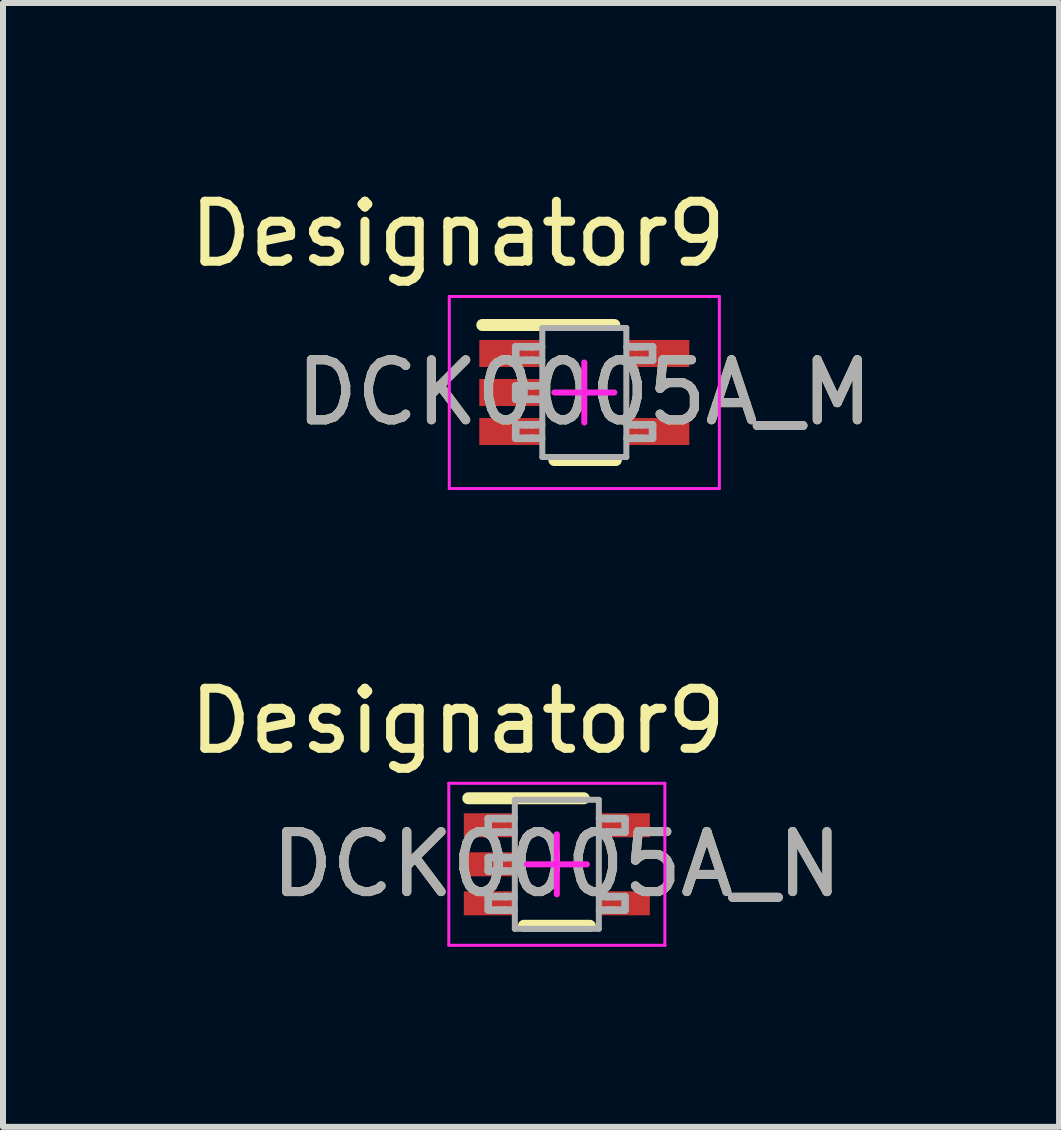
<source format=kicad_pcb>
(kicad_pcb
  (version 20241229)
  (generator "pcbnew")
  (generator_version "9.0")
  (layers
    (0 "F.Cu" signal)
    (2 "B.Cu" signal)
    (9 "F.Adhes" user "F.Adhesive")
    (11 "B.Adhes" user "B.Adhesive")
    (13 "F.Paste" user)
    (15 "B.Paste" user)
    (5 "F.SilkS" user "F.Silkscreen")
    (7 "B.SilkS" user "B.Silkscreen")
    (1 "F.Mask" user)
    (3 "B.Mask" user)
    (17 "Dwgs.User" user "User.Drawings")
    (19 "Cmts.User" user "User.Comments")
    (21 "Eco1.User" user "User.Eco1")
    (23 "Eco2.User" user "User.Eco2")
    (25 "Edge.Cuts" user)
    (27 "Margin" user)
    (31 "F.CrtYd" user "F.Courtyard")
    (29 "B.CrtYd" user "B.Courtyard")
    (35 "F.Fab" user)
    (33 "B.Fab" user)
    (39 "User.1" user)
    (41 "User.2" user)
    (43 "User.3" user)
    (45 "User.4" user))
  (footprint "DCK0005A_M"
    (layer "F.Cu")
    (at 6.686 3.49)
    (property "Reference" "DCK0005A_M" (at 0 0 0) (unlocked yes) (layer "F.SilkS") (effects (font (size 1 1) (thickness 0.15))))
    (attr smd)
    (fp_line (start -1.7 -1.125) (end 0.5 -1.125) (stroke (width 0.2) (type solid)) (layer "F.SilkS"))
    (fp_line (start -0.5 1.125) (end 0.525 1.125) (stroke (width 0.2) (type solid)) (layer "F.SilkS"))
    (fp_line (start -2.25 -1.6) (end 2.25 -1.6) (stroke (width 0.05) (type solid)) (layer "F.CrtYd"))
    (fp_line (start -2.25 1.6) (end -2.25 -1.6) (stroke (width 0.05) (type solid)) (layer "F.CrtYd"))
    (fp_line (start -2.25 1.6) (end 2.25 1.6) (stroke (width 0.05) (type solid)) (layer "F.CrtYd"))
    (fp_line (start -0.5 0) (end 0.5 0) (stroke (width 0.1) (type solid)) (layer "F.CrtYd"))
    (fp_line (start -0.000003 0.5) (end -0.000003 -0.5) (stroke (width 0.1) (type solid)) (layer "F.CrtYd"))
    (fp_line (start 2.25 1.6) (end 2.25 -1.6) (stroke (width 0.05) (type solid)) (layer "F.CrtYd"))
    (fp_line (start -1.143 -0.762) (end -0.959 -0.762) (stroke (width 0.127) (type solid)) (layer "F.Fab"))
    (fp_line (start -1.143 -0.537) (end -1.143 -0.762) (stroke (width 0.127) (type solid)) (layer "F.Fab"))
    (fp_line (start -1.143 -0.537) (end -0.959 -0.537) (stroke (width 0.127) (type solid)) (layer "F.Fab"))
    (fp_line (start -1.143 -0.112) (end -0.959 -0.112) (stroke (width 0.127) (type solid)) (layer "F.Fab"))
    (fp_line (start -1.143 0.113) (end -1.143 -0.112) (stroke (width 0.127) (type solid)) (layer "F.Fab"))
    (fp_line (start -1.143 0.113) (end -0.959 0.113) (stroke (width 0.127) (type solid)) (layer "F.Fab"))
    (fp_line (start -1.143 0.538) (end -0.959 0.538) (stroke (width 0.127) (type solid)) (layer "F.Fab"))
    (fp_line (start -1.143 0.763) (end -1.143 0.538) (stroke (width 0.127) (type solid)) (layer "F.Fab"))
    (fp_line (start -1.143 0.763) (end -0.959 0.763) (stroke (width 0.127) (type solid)) (layer "F.Fab"))
    (fp_line (start -0.959 -0.762) (end -0.711 -0.762) (stroke (width 0.127) (type solid)) (layer "F.Fab"))
    (fp_line (start -0.959 -0.537) (end -0.865 -0.537) (stroke (width 0.127) (type solid)) (layer "F.Fab"))
    (fp_line (start -0.959 -0.112) (end -0.865 -0.112) (stroke (width 0.127) (type solid)) (layer "F.Fab"))
    (fp_line (start -0.959 0.113) (end -0.865 0.113) (stroke (width 0.127) (type solid)) (layer "F.Fab"))
    (fp_line (start -0.959 0.538) (end -0.865 0.538) (stroke (width 0.127) (type solid)) (layer "F.Fab"))
    (fp_line (start -0.959 0.763) (end -0.865 0.763) (stroke (width 0.127) (type solid)) (layer "F.Fab"))
    (fp_line (start -0.865 -0.762) (end -0.853 -0.762) (stroke (width 0.127) (type solid)) (layer "F.Fab"))
    (fp_line (start -0.865 -0.537) (end -0.853 -0.537) (stroke (width 0.127) (type solid)) (layer "F.Fab"))
    (fp_line (start -0.865 -0.112) (end -0.853 -0.112) (stroke (width 0.127) (type solid)) (layer "F.Fab"))
    (fp_line (start -0.865 0.113) (end -0.853 0.113) (stroke (width 0.127) (type solid)) (layer "F.Fab"))
    (fp_line (start -0.865 0.538) (end -0.853 0.538) (stroke (width 0.127) (type solid)) (layer "F.Fab"))
    (fp_line (start -0.865 0.763) (end -0.853 0.763) (stroke (width 0.127) (type solid)) (layer "F.Fab"))
    (fp_line (start -0.853 -0.537) (end -0.711 -0.537) (stroke (width 0.127) (type solid)) (layer "F.Fab"))
    (fp_line (start -0.853 -0.112) (end -0.711 -0.112) (stroke (width 0.127) (type solid)) (layer "F.Fab"))
    (fp_line (start -0.853 0.113) (end -0.711 0.113) (stroke (width 0.127) (type solid)) (layer "F.Fab"))
    (fp_line (start -0.853 0.538) (end -0.711 0.538) (stroke (width 0.127) (type solid)) (layer "F.Fab"))
    (fp_line (start -0.853 0.763) (end -0.711 0.763) (stroke (width 0.127) (type solid)) (layer "F.Fab"))
    (fp_line (start -0.7 -1.075) (end 0.7 -1.075) (stroke (width 0.1) (type solid)) (layer "F.Fab"))
    (fp_line (start -0.7 1.075) (end -0.7 -1.075) (stroke (width 0.1) (type solid)) (layer "F.Fab"))
    (fp_line (start -0.7 1.075) (end 0.7 1.075) (stroke (width 0.1) (type solid)) (layer "F.Fab"))
    (fp_line (start 0.7 1.075) (end 0.7 -1.075) (stroke (width 0.1) (type solid)) (layer "F.Fab"))
    (fp_line (start 0.711 -0.762) (end 0.847 -0.762) (stroke (width 0.127) (type solid)) (layer "F.Fab"))
    (fp_line (start 0.711 -0.537) (end 0.847 -0.537) (stroke (width 0.127) (type solid)) (layer "F.Fab"))
    (fp_line (start 0.711 0.538) (end 0.847 0.538) (stroke (width 0.127) (type solid)) (layer "F.Fab"))
    (fp_line (start 0.711 0.763) (end 0.847 0.763) (stroke (width 0.127) (type solid)) (layer "F.Fab"))
    (fp_line (start 0.847 -0.762) (end 0.859 -0.762) (stroke (width 0.127) (type solid)) (layer "F.Fab"))
    (fp_line (start 0.847 -0.537) (end 0.859 -0.537) (stroke (width 0.127) (type solid)) (layer "F.Fab"))
    (fp_line (start 0.847 0.538) (end 0.859 0.538) (stroke (width 0.127) (type solid)) (layer "F.Fab"))
    (fp_line (start 0.847 0.763) (end 0.859 0.763) (stroke (width 0.127) (type solid)) (layer "F.Fab"))
    (fp_line (start 0.859 -0.762) (end 0.953 -0.762) (stroke (width 0.127) (type solid)) (layer "F.Fab"))
    (fp_line (start 0.859 -0.537) (end 0.953 -0.537) (stroke (width 0.127) (type solid)) (layer "F.Fab"))
    (fp_line (start 0.859 0.538) (end 0.953 0.538) (stroke (width 0.127) (type solid)) (layer "F.Fab"))
    (fp_line (start 0.859 0.763) (end 0.953 0.763) (stroke (width 0.127) (type solid)) (layer "F.Fab"))
    (fp_line (start 0.953 -0.762) (end 1.137 -0.762) (stroke (width 0.127) (type solid)) (layer "F.Fab"))
    (fp_line (start 0.953 -0.537) (end 1.137 -0.537) (stroke (width 0.127) (type solid)) (layer "F.Fab"))
    (fp_line (start 0.953 0.538) (end 1.137 0.538) (stroke (width 0.127) (type solid)) (layer "F.Fab"))
    (fp_line (start 0.953 0.763) (end 1.137 0.763) (stroke (width 0.127) (type solid)) (layer "F.Fab"))
    (fp_line (start 1.137 -0.537) (end 1.137 -0.762) (stroke (width 0.127) (type solid)) (layer "F.Fab"))
    (fp_line (start 1.137 0.763) (end 1.137 0.538) (stroke (width 0.127) (type solid)) (layer "F.Fab"))
    (fp_text user "Designator9" (at -2.108 -2.642 0) (unlocked yes) (layer "F.SilkS") (effects (font (size 1 1) (thickness 0.15))))
    (fp_text user "${REFERENCE}" (at 0 0 0) (unlocked yes) (layer "F.Fab") (effects (font (size 1 1) (thickness 0.15))))
    (pad "1" smd rect (at -1.225 -0.65 90) (size 0.45 1.05) (layers "F.Cu" "F.Mask" "F.Paste"))
    (pad "2" smd rect (at -1.225 0 90) (size 0.45 1.05) (layers "F.Cu" "F.Mask" "F.Paste"))
    (pad "3" smd rect (at -1.225 0.65 90) (size 0.45 1.05) (layers "F.Cu" "F.Mask" "F.Paste"))
    (pad "4" smd rect (at 1.225 0.65 90) (size 0.45 1.05) (layers "F.Cu" "F.Mask" "F.Paste"))
    (pad "5" smd rect (at 1.225 -0.65 90) (size 0.45 1.05) (layers "F.Cu" "F.Mask" "F.Paste")))
  (footprint "DCK0005A_N"
    (layer "F.Cu")
    (at 6.228 11.351)
    (property "Reference" "DCK0005A_N" (at 0 0 0) (unlocked yes) (layer "F.SilkS") (effects (font (size 1 1) (thickness 0.15))))
    (attr smd)
    (fp_line (start -1.475 -1.1) (end 0.45 -1.1) (stroke (width 0.2) (type solid)) (layer "F.SilkS"))
    (fp_line (start -0.55 1.025) (end 0.55 1.025) (stroke (width 0.2) (type solid)) (layer "F.SilkS"))
    (fp_line (start -1.8 -1.35) (end 1.8 -1.35) (stroke (width 0.05) (type solid)) (layer "F.CrtYd"))
    (fp_line (start -1.8 1.35) (end -1.8 -1.35) (stroke (width 0.05) (type solid)) (layer "F.CrtYd"))
    (fp_line (start -1.8 1.35) (end 1.8 1.35) (stroke (width 0.05) (type solid)) (layer "F.CrtYd"))
    (fp_line (start -0.5 0) (end 0.5 0) (stroke (width 0.1) (type solid)) (layer "F.CrtYd"))
    (fp_line (start 0 0.5) (end 0 -0.5) (stroke (width 0.1) (type solid)) (layer "F.CrtYd"))
    (fp_line (start 1.8 1.35) (end 1.8 -1.35) (stroke (width 0.05) (type solid)) (layer "F.CrtYd"))
    (fp_line (start -1.143 -0.762) (end -0.959 -0.762) (stroke (width 0.127) (type solid)) (layer "F.Fab"))
    (fp_line (start -1.143 -0.537) (end -1.143 -0.762) (stroke (width 0.127) (type solid)) (layer "F.Fab"))
    (fp_line (start -1.143 -0.537) (end -0.959 -0.537) (stroke (width 0.127) (type solid)) (layer "F.Fab"))
    (fp_line (start -1.143 -0.112) (end -0.959 -0.112) (stroke (width 0.127) (type solid)) (layer "F.Fab"))
    (fp_line (start -1.143 0.113) (end -1.143 -0.112) (stroke (width 0.127) (type solid)) (layer "F.Fab"))
    (fp_line (start -1.143 0.113) (end -0.959 0.113) (stroke (width 0.127) (type solid)) (layer "F.Fab"))
    (fp_line (start -1.143 0.538) (end -0.959 0.538) (stroke (width 0.127) (type solid)) (layer "F.Fab"))
    (fp_line (start -1.143 0.763) (end -1.143 0.538) (stroke (width 0.127) (type solid)) (layer "F.Fab"))
    (fp_line (start -1.143 0.763) (end -0.959 0.763) (stroke (width 0.127) (type solid)) (layer "F.Fab"))
    (fp_line (start -0.959 -0.762) (end -0.711 -0.762) (stroke (width 0.127) (type solid)) (layer "F.Fab"))
    (fp_line (start -0.959 -0.537) (end -0.865 -0.537) (stroke (width 0.127) (type solid)) (layer "F.Fab"))
    (fp_line (start -0.959 -0.112) (end -0.865 -0.112) (stroke (width 0.127) (type solid)) (layer "F.Fab"))
    (fp_line (start -0.959 0.113) (end -0.865 0.113) (stroke (width 0.127) (type solid)) (layer "F.Fab"))
    (fp_line (start -0.959 0.538) (end -0.865 0.538) (stroke (width 0.127) (type solid)) (layer "F.Fab"))
    (fp_line (start -0.959 0.763) (end -0.865 0.763) (stroke (width 0.127) (type solid)) (layer "F.Fab"))
    (fp_line (start -0.865 -0.762) (end -0.853 -0.762) (stroke (width 0.127) (type solid)) (layer "F.Fab"))
    (fp_line (start -0.865 -0.537) (end -0.853 -0.537) (stroke (width 0.127) (type solid)) (layer "F.Fab"))
    (fp_line (start -0.865 -0.112) (end -0.853 -0.112) (stroke (width 0.127) (type solid)) (layer "F.Fab"))
    (fp_line (start -0.865 0.113) (end -0.853 0.113) (stroke (width 0.127) (type solid)) (layer "F.Fab"))
    (fp_line (start -0.865 0.538) (end -0.853 0.538) (stroke (width 0.127) (type solid)) (layer "F.Fab"))
    (fp_line (start -0.865 0.763) (end -0.853 0.763) (stroke (width 0.127) (type solid)) (layer "F.Fab"))
    (fp_line (start -0.853 -0.537) (end -0.711 -0.537) (stroke (width 0.127) (type solid)) (layer "F.Fab"))
    (fp_line (start -0.853 -0.112) (end -0.711 -0.112) (stroke (width 0.127) (type solid)) (layer "F.Fab"))
    (fp_line (start -0.853 0.113) (end -0.711 0.113) (stroke (width 0.127) (type solid)) (layer "F.Fab"))
    (fp_line (start -0.853 0.538) (end -0.711 0.538) (stroke (width 0.127) (type solid)) (layer "F.Fab"))
    (fp_line (start -0.853 0.763) (end -0.711 0.763) (stroke (width 0.127) (type solid)) (layer "F.Fab"))
    (fp_line (start -0.7 -1.075) (end 0.7 -1.075) (stroke (width 0.1) (type solid)) (layer "F.Fab"))
    (fp_line (start -0.7 1.075) (end -0.7 -1.075) (stroke (width 0.1) (type solid)) (layer "F.Fab"))
    (fp_line (start -0.7 1.075) (end 0.7 1.075) (stroke (width 0.1) (type solid)) (layer "F.Fab"))
    (fp_line (start 0.7 1.075) (end 0.7 -1.075) (stroke (width 0.1) (type solid)) (layer "F.Fab"))
    (fp_line (start 0.711 -0.762) (end 0.847 -0.762) (stroke (width 0.127) (type solid)) (layer "F.Fab"))
    (fp_line (start 0.711 -0.537) (end 0.847 -0.537) (stroke (width 0.127) (type solid)) (layer "F.Fab"))
    (fp_line (start 0.711 0.538) (end 0.847 0.538) (stroke (width 0.127) (type solid)) (layer "F.Fab"))
    (fp_line (start 0.711 0.763) (end 0.847 0.763) (stroke (width 0.127) (type solid)) (layer "F.Fab"))
    (fp_line (start 0.847 -0.762) (end 0.859 -0.762) (stroke (width 0.127) (type solid)) (layer "F.Fab"))
    (fp_line (start 0.847 -0.537) (end 0.859 -0.537) (stroke (width 0.127) (type solid)) (layer "F.Fab"))
    (fp_line (start 0.847 0.538) (end 0.859 0.538) (stroke (width 0.127) (type solid)) (layer "F.Fab"))
    (fp_line (start 0.847 0.763) (end 0.859 0.763) (stroke (width 0.127) (type solid)) (layer "F.Fab"))
    (fp_line (start 0.859 -0.762) (end 0.953 -0.762) (stroke (width 0.127) (type solid)) (layer "F.Fab"))
    (fp_line (start 0.859 -0.537) (end 0.953 -0.537) (stroke (width 0.127) (type solid)) (layer "F.Fab"))
    (fp_line (start 0.859 0.538) (end 0.953 0.538) (stroke (width 0.127) (type solid)) (layer "F.Fab"))
    (fp_line (start 0.859 0.763) (end 0.953 0.763) (stroke (width 0.127) (type solid)) (layer "F.Fab"))
    (fp_line (start 0.953 -0.762) (end 1.137 -0.762) (stroke (width 0.127) (type solid)) (layer "F.Fab"))
    (fp_line (start 0.953 -0.537) (end 1.137 -0.537) (stroke (width 0.127) (type solid)) (layer "F.Fab"))
    (fp_line (start 0.953 0.538) (end 1.137 0.538) (stroke (width 0.127) (type solid)) (layer "F.Fab"))
    (fp_line (start 0.953 0.763) (end 1.137 0.763) (stroke (width 0.127) (type solid)) (layer "F.Fab"))
    (fp_line (start 1.137 -0.537) (end 1.137 -0.762) (stroke (width 0.127) (type solid)) (layer "F.Fab"))
    (fp_line (start 1.137 0.763) (end 1.137 0.538) (stroke (width 0.127) (type solid)) (layer "F.Fab"))
    (fp_text user "Designator9" (at -1.651 -2.388 0) (unlocked yes) (layer "F.SilkS") (effects (font (size 1 1) (thickness 0.15))))
    (fp_text user "${REFERENCE}" (at 0 0 0) (unlocked yes) (layer "F.Fab") (effects (font (size 1 1) (thickness 0.15))))
    (pad "1" smd rect (at -1.125 -0.65 90) (size 0.4 0.85) (layers "F.Cu" "F.Mask" "F.Paste"))
    (pad "2" smd rect (at -1.125 0 90) (size 0.4 0.85) (layers "F.Cu" "F.Mask" "F.Paste"))
    (pad "3" smd rect (at -1.125 0.65 90) (size 0.4 0.85) (layers "F.Cu" "F.Mask" "F.Paste"))
    (pad "4" smd rect (at 1.125 0.65 90) (size 0.4 0.85) (layers "F.Cu" "F.Mask" "F.Paste"))
    (pad "5" smd rect (at 1.125 -0.65 90) (size 0.4 0.85) (layers "F.Cu" "F.Mask" "F.Paste")))
  (gr_rect
    (start -3 -3)
    (end 14.596 15.726)
    (stroke (width 0.1) (type default))
    (fill no)
    (layer "Edge.Cuts")))
</source>
